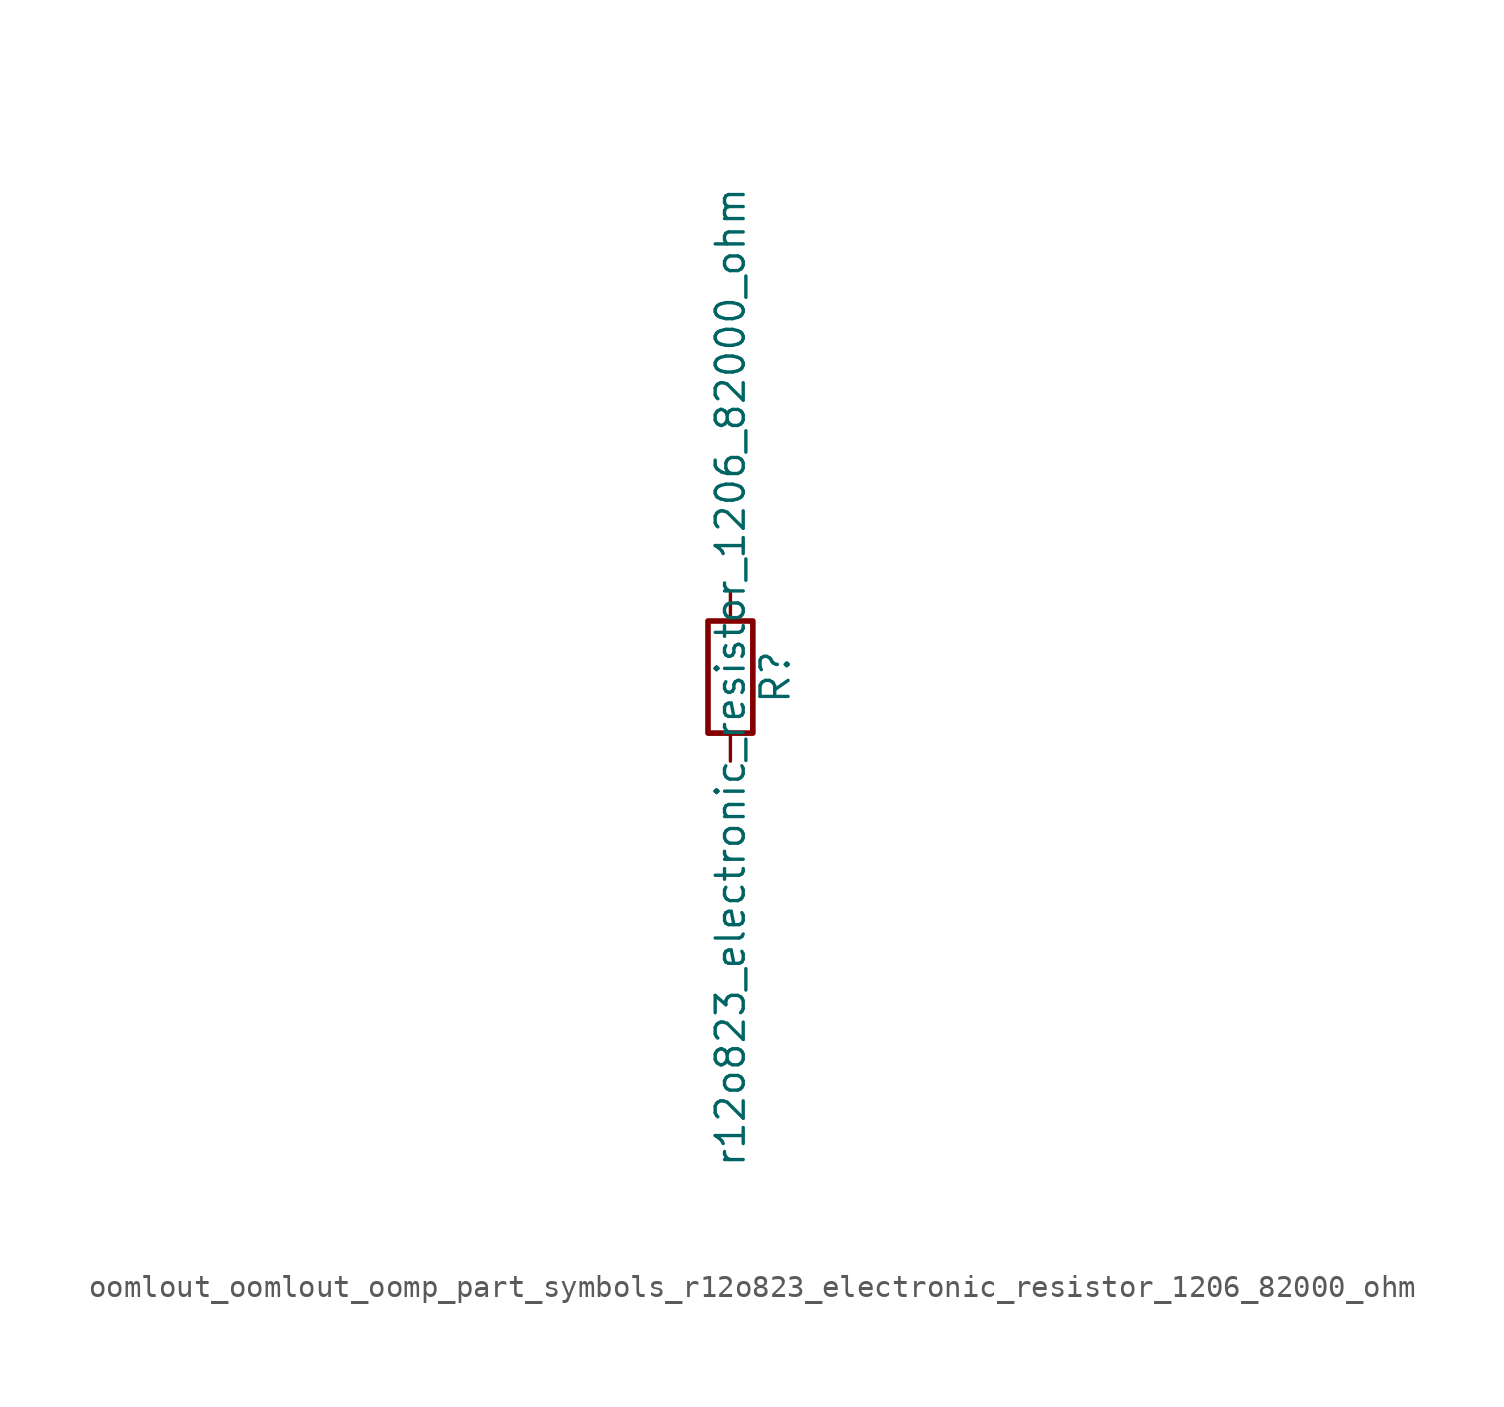
<source format=kicad_sym>
(kicad_symbol_lib
  (version 20220914)
  (generator kicad_symbol_editor)
  (symbol "oomlout_oomlout_oomp_part_symbols_r12o823_electronic_resistor_1206_82000_ohm"
    (pin_numbers hide)
    (pin_names
      (offset 0))
    (property "Reference" "R"
      (at 2.032 0 90)
      (effects (font (size 1.27 1.27))))
    (property "Value" "r12o823_electronic_resistor_1206_82000_ohm"
      (at 0 0 90)
      (effects (font (size 1.27 1.27))))
    (symbol "oomlout_oomlout_oomp_part_symbols_r12o823_electronic_resistor_1206_82000_ohm_0_1"
      (rectangle (start -1.016 -2.54) (end 1.016 2.54) (stroke (width 0.254) (type default)) (fill (type none))))
    (symbol "oomlout_oomlout_oomp_part_symbols_r12o823_electronic_resistor_1206_82000_ohm_1_1"
      (pin passive line (at 0 3.81 270) (length 1.27) (name "~" (effects (font (size 1.27 1.27)))) (number "1" (effects (font (size 1.27 1.27)))))
      (pin passive line (at 0 -3.81 90) (length 1.27) (name "~" (effects (font (size 1.27 1.27)))) (number "2" (effects (font (size 1.27 1.27))))))))
</source>
